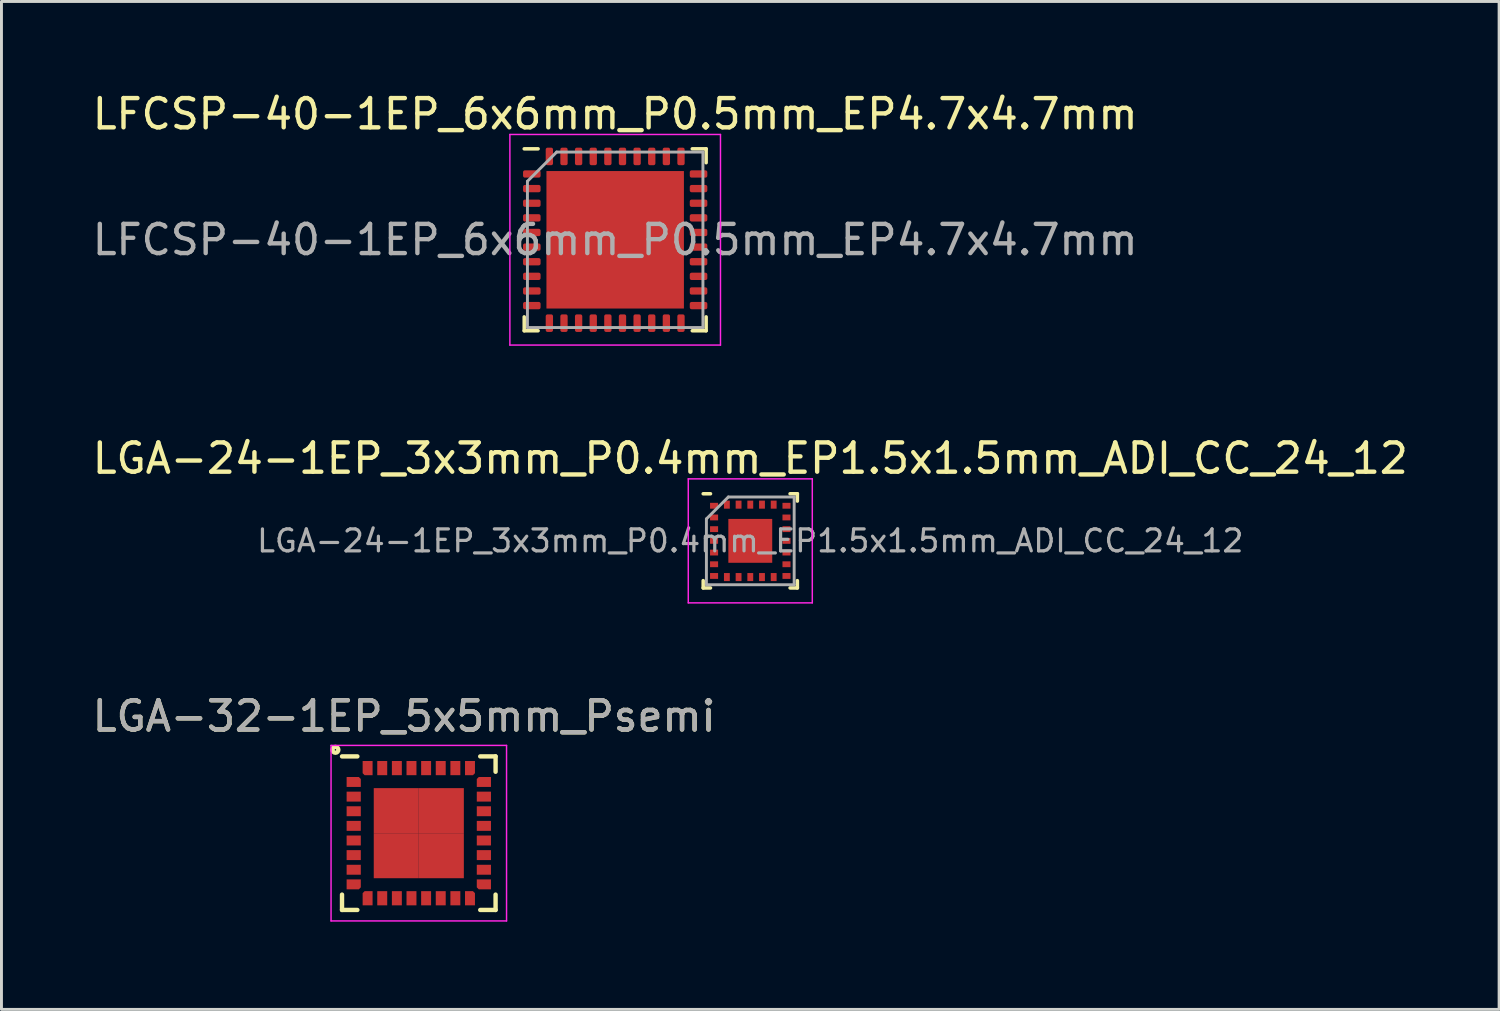
<source format=kicad_pcb>
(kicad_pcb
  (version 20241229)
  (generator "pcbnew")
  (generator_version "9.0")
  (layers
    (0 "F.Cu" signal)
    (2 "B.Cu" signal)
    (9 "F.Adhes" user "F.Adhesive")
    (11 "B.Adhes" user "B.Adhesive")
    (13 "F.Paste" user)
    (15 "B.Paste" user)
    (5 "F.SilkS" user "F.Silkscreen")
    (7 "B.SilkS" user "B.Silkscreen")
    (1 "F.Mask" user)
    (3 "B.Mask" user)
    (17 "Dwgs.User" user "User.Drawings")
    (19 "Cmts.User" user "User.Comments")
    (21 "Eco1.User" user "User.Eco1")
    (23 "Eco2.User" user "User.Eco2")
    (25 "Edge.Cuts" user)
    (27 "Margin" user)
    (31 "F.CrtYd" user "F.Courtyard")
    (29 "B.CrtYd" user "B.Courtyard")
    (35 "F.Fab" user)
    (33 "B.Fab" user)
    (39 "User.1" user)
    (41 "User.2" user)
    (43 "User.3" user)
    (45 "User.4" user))
  (footprint "LGA-32-1EP_5x5mm_Psemi"
    (layer "F.Cu")
    (at 11.268 25.435)
    (property "Reference" "LGA-32-1EP_5x5mm_Psemi" (at -0.5 -4 0) (unlocked yes) (layer "F.SilkS") (effects (font (size 1 1) (thickness 0.15))))
    (fp_line (start -2.625 -2.625) (end -2.1 -2.625) (stroke (width 0.15) (type solid)) (layer "F.SilkS"))
    (fp_line (start -2.625 2.625) (end -2.625 2.1) (stroke (width 0.15) (type solid)) (layer "F.SilkS"))
    (fp_line (start -2.625 2.625) (end -2.1 2.625) (stroke (width 0.15) (type solid)) (layer "F.SilkS"))
    (fp_line (start 2.625 -2.625) (end 2.1 -2.625) (stroke (width 0.15) (type solid)) (layer "F.SilkS"))
    (fp_line (start 2.625 -2.625) (end 2.625 -2.1) (stroke (width 0.15) (type solid)) (layer "F.SilkS"))
    (fp_line (start 2.625 2.625) (end 2.1 2.625) (stroke (width 0.15) (type solid)) (layer "F.SilkS"))
    (fp_line (start 2.625 2.625) (end 2.625 2.1) (stroke (width 0.15) (type solid)) (layer "F.SilkS"))
    (fp_circle (center -2.85 -2.85) (end -2.95 -2.85) (stroke (width 0.15) (type solid)) (fill no) (layer "F.SilkS"))
    (fp_line (start -3 -3) (end -3 3) (stroke (width 0.05) (type solid)) (layer "F.CrtYd"))
    (fp_line (start -3 -3) (end 3 -3) (stroke (width 0.05) (type solid)) (layer "F.CrtYd"))
    (fp_line (start -3 3) (end 3 3) (stroke (width 0.05) (type solid)) (layer "F.CrtYd"))
    (fp_line (start 3 -3) (end 3 3) (stroke (width 0.05) (type solid)) (layer "F.CrtYd"))
    (fp_text user "${REFERENCE}" (at -0.5 -4 0) (unlocked yes) (layer "F.Fab") (effects (font (size 1 1) (thickness 0.15))))
    (pad "1" smd roundrect (at -2.225 -1.75) (size 0.485 0.34) (layers "F.Cu" "F.Mask" "F.Paste") (roundrect_rratio 0) (chamfer_ratio 0.2) (chamfer top_right))
    (pad "2" smd rect (at -2.225 -1.25) (size 0.485 0.34) (layers "F.Cu" "F.Mask" "F.Paste"))
    (pad "3" smd rect (at -2.225 -0.75) (size 0.485 0.34) (layers "F.Cu" "F.Mask" "F.Paste"))
    (pad "4" smd rect (at -2.225 -0.25) (size 0.485 0.34) (layers "F.Cu" "F.Mask" "F.Paste"))
    (pad "5" smd rect (at -2.225 0.25) (size 0.485 0.34) (layers "F.Cu" "F.Mask" "F.Paste"))
    (pad "6" smd rect (at -2.225 0.75) (size 0.485 0.34) (layers "F.Cu" "F.Mask" "F.Paste"))
    (pad "7" smd rect (at -2.225 1.25) (size 0.485 0.34) (layers "F.Cu" "F.Mask" "F.Paste"))
    (pad "8" smd roundrect (at -2.225 1.75) (size 0.485 0.34) (layers "F.Cu" "F.Mask" "F.Paste") (roundrect_rratio 0) (chamfer_ratio 0.2) (chamfer bottom_right))
    (pad "9" smd roundrect (at -1.75 2.225 90) (size 0.485 0.34) (layers "F.Cu" "F.Mask" "F.Paste") (roundrect_rratio 0) (chamfer_ratio 0.2) (chamfer top_right))
    (pad "10" smd rect (at -1.25 2.225 90) (size 0.485 0.34) (layers "F.Cu" "F.Mask" "F.Paste"))
    (pad "11" smd rect (at -0.75 2.225 90) (size 0.485 0.34) (layers "F.Cu" "F.Mask" "F.Paste"))
    (pad "12" smd rect (at -0.25 2.225 90) (size 0.485 0.34) (layers "F.Cu" "F.Mask" "F.Paste"))
    (pad "13" smd rect (at 0.25 2.225 90) (size 0.485 0.34) (layers "F.Cu" "F.Mask" "F.Paste"))
    (pad "14" smd rect (at 0.75 2.225 90) (size 0.485 0.34) (layers "F.Cu" "F.Mask" "F.Paste"))
    (pad "15" smd rect (at 1.25 2.225 90) (size 0.485 0.34) (layers "F.Cu" "F.Mask" "F.Paste"))
    (pad "16" smd roundrect (at 1.75 2.225 90) (size 0.485 0.34) (layers "F.Cu" "F.Mask" "F.Paste") (roundrect_rratio 0) (chamfer_ratio 0.2) (chamfer bottom_right))
    (pad "17" smd roundrect (at 2.225 1.75) (size 0.485 0.34) (layers "F.Cu" "F.Mask" "F.Paste") (roundrect_rratio 0) (chamfer_ratio 0.2) (chamfer bottom_left))
    (pad "18" smd rect (at 2.225 1.25) (size 0.485 0.34) (layers "F.Cu" "F.Mask" "F.Paste"))
    (pad "19" smd rect (at 2.225 0.75) (size 0.485 0.34) (layers "F.Cu" "F.Mask" "F.Paste"))
    (pad "20" smd rect (at 2.225 0.25) (size 0.485 0.34) (layers "F.Cu" "F.Mask" "F.Paste"))
    (pad "21" smd rect (at 2.225 -0.25) (size 0.485 0.34) (layers "F.Cu" "F.Mask" "F.Paste"))
    (pad "22" smd rect (at 2.225 -0.75) (size 0.485 0.34) (layers "F.Cu" "F.Mask" "F.Paste"))
    (pad "23" smd rect (at 2.225 -1.25) (size 0.485 0.34) (layers "F.Cu" "F.Mask" "F.Paste"))
    (pad "24" smd roundrect (at 2.225 -1.75) (size 0.485 0.34) (layers "F.Cu" "F.Mask" "F.Paste") (roundrect_rratio 0) (chamfer_ratio 0.2) (chamfer top_left))
    (pad "25" smd roundrect (at 1.75 -2.225 90) (size 0.485 0.34) (layers "F.Cu" "F.Mask" "F.Paste") (roundrect_rratio 0) (chamfer_ratio 0.2) (chamfer bottom_left))
    (pad "26" smd rect (at 1.25 -2.225 90) (size 0.485 0.34) (layers "F.Cu" "F.Mask" "F.Paste"))
    (pad "27" smd rect (at 0.75 -2.225 90) (size 0.485 0.34) (layers "F.Cu" "F.Mask" "F.Paste"))
    (pad "28" smd rect (at 0.25 -2.225 90) (size 0.485 0.34) (layers "F.Cu" "F.Mask" "F.Paste"))
    (pad "29" smd rect (at -0.25 -2.225 90) (size 0.485 0.34) (layers "F.Cu" "F.Mask" "F.Paste"))
    (pad "30" smd rect (at -0.75 -2.225 90) (size 0.485 0.34) (layers "F.Cu" "F.Mask" "F.Paste"))
    (pad "31" smd rect (at -1.25 -2.225 90) (size 0.485 0.34) (layers "F.Cu" "F.Mask" "F.Paste"))
    (pad "32" smd roundrect (at -1.75 -2.225 90) (size 0.485 0.34) (layers "F.Cu" "F.Mask" "F.Paste") (roundrect_rratio 0) (chamfer_ratio 0.2) (chamfer top_left))
    (pad "33" smd rect (at -0.77 -0.77) (size 1.54 1.54) (layers "F.Cu" "F.Mask" "F.Paste"))
    (pad "33" smd rect (at -0.77 0.77) (size 1.54 1.54) (layers "F.Cu" "F.Mask" "F.Paste"))
    (pad "33" smd rect (at 0.77 -0.77) (size 1.54 1.54) (layers "F.Cu" "F.Mask" "F.Paste"))
    (pad "33" smd rect (at 0.77 0.77) (size 1.54 1.54) (layers "F.Cu" "F.Mask" "F.Paste")))
  (footprint "LFCSP-40-1EP_6x6mm_P0.5mm_EP4.7x4.7mm"
    (layer "F.Cu")
    (at 17.982 5.148)
    (property "Reference" "LFCSP-40-1EP_6x6mm_P0.5mm_EP4.7x4.7mm" (at 0 -4.3 0) (layer "F.SilkS") (effects (font (size 1 1) (thickness 0.15))))
    (attr smd)
    (fp_line (start -3.11 3.11) (end -3.11 2.635) (stroke (width 0.12) (type solid)) (layer "F.SilkS"))
    (fp_line (start -2.635 -3.11) (end -3.11 -3.11) (stroke (width 0.12) (type solid)) (layer "F.SilkS"))
    (fp_line (start -2.635 3.11) (end -3.11 3.11) (stroke (width 0.12) (type solid)) (layer "F.SilkS"))
    (fp_line (start 2.635 -3.11) (end 3.11 -3.11) (stroke (width 0.12) (type solid)) (layer "F.SilkS"))
    (fp_line (start 2.635 3.11) (end 3.11 3.11) (stroke (width 0.12) (type solid)) (layer "F.SilkS"))
    (fp_line (start 3.11 -3.11) (end 3.11 -2.635) (stroke (width 0.12) (type solid)) (layer "F.SilkS"))
    (fp_line (start 3.11 3.11) (end 3.11 2.635) (stroke (width 0.12) (type solid)) (layer "F.SilkS"))
    (fp_line (start -3.6 -3.6) (end -3.6 3.6) (stroke (width 0.05) (type solid)) (layer "F.CrtYd"))
    (fp_line (start -3.6 3.6) (end 3.6 3.6) (stroke (width 0.05) (type solid)) (layer "F.CrtYd"))
    (fp_line (start 3.6 -3.6) (end -3.6 -3.6) (stroke (width 0.05) (type solid)) (layer "F.CrtYd"))
    (fp_line (start 3.6 3.6) (end 3.6 -3.6) (stroke (width 0.05) (type solid)) (layer "F.CrtYd"))
    (fp_line (start -3 -2) (end -2 -3) (stroke (width 0.1) (type solid)) (layer "F.Fab"))
    (fp_line (start -3 3) (end -3 -2) (stroke (width 0.1) (type solid)) (layer "F.Fab"))
    (fp_line (start -2 -3) (end 3 -3) (stroke (width 0.1) (type solid)) (layer "F.Fab"))
    (fp_line (start 3 -3) (end 3 3) (stroke (width 0.1) (type solid)) (layer "F.Fab"))
    (fp_line (start 3 3) (end -3 3) (stroke (width 0.1) (type solid)) (layer "F.Fab"))
    (fp_text user "${REFERENCE}" (at 0 0 0) (layer "F.Fab") (effects (font (size 1 1) (thickness 0.15))))
    (pad "" smd roundrect (at -1.725 -1.725) (size 1.045 1.045) (layers "F.Paste") (roundrect_rratio 0.25))
    (pad "" smd roundrect (at -1.725 -0.575) (size 1.045 0.93) (layers "F.Paste") (roundrect_rratio 0.25))
    (pad "" smd roundrect (at -1.725 0.575) (size 1.045 0.94) (layers "F.Paste") (roundrect_rratio 0.25))
    (pad "" smd roundrect (at -1.725 1.725) (size 1.045 1.045) (layers "F.Paste") (roundrect_rratio 0.25))
    (pad "" smd roundrect (at -0.575 -1.725) (size 0.93 1.045) (layers "F.Paste") (roundrect_rratio 0.25))
    (pad "" smd roundrect (at -0.575 -0.575) (size 0.93 0.93) (layers "F.Paste") (roundrect_rratio 0.25))
    (pad "" smd roundrect (at -0.575 0.575) (size 0.93 0.93) (layers "F.Paste") (roundrect_rratio 0.25))
    (pad "" smd roundrect (at -0.575 1.725) (size 0.93 1.045) (layers "F.Paste") (roundrect_rratio 0.25))
    (pad "" smd roundrect (at 0.575 -1.725) (size 0.93 1.045) (layers "F.Paste") (roundrect_rratio 0.25))
    (pad "" smd roundrect (at 0.575 -0.575) (size 0.93 0.93) (layers "F.Paste") (roundrect_rratio 0.25))
    (pad "" smd roundrect (at 0.575 0.575) (size 0.93 0.93) (layers "F.Paste") (roundrect_rratio 0.25))
    (pad "" smd roundrect (at 0.575 1.725) (size 0.93 1.045) (layers "F.Paste") (roundrect_rratio 0.25))
    (pad "" smd roundrect (at 1.725 -1.725) (size 1.045 1.045) (layers "F.Paste") (roundrect_rratio 0.25))
    (pad "" smd roundrect (at 1.725 -0.575) (size 1.045 0.93) (layers "F.Paste") (roundrect_rratio 0.25))
    (pad "" smd roundrect (at 1.725 0.575) (size 1.045 0.93) (layers "F.Paste") (roundrect_rratio 0.25))
    (pad "" smd roundrect (at 1.725 1.725) (size 1.045 1.045) (layers "F.Paste") (roundrect_rratio 0.25))
    (pad "1" smd roundrect (at -2.85 -2.25) (size 0.6 0.25) (layers "F.Cu" "F.Mask" "F.Paste") (roundrect_rratio 0.25))
    (pad "2" smd roundrect (at -2.85 -1.75) (size 0.6 0.25) (layers "F.Cu" "F.Mask" "F.Paste") (roundrect_rratio 0.25))
    (pad "3" smd roundrect (at -2.85 -1.25) (size 0.6 0.25) (layers "F.Cu" "F.Mask" "F.Paste") (roundrect_rratio 0.25))
    (pad "4" smd roundrect (at -2.85 -0.75) (size 0.6 0.25) (layers "F.Cu" "F.Mask" "F.Paste") (roundrect_rratio 0.25))
    (pad "5" smd roundrect (at -2.85 -0.25) (size 0.6 0.25) (layers "F.Cu" "F.Mask" "F.Paste") (roundrect_rratio 0.25))
    (pad "6" smd roundrect (at -2.85 0.25) (size 0.6 0.25) (layers "F.Cu" "F.Mask" "F.Paste") (roundrect_rratio 0.25))
    (pad "7" smd roundrect (at -2.85 0.75) (size 0.6 0.25) (layers "F.Cu" "F.Mask" "F.Paste") (roundrect_rratio 0.25))
    (pad "8" smd roundrect (at -2.85 1.25) (size 0.6 0.25) (layers "F.Cu" "F.Mask" "F.Paste") (roundrect_rratio 0.25))
    (pad "9" smd roundrect (at -2.85 1.75) (size 0.6 0.25) (layers "F.Cu" "F.Mask" "F.Paste") (roundrect_rratio 0.25))
    (pad "10" smd roundrect (at -2.85 2.25) (size 0.6 0.25) (layers "F.Cu" "F.Mask" "F.Paste") (roundrect_rratio 0.25))
    (pad "11" smd roundrect (at -2.25 2.85 90) (size 0.6 0.25) (layers "F.Cu" "F.Mask" "F.Paste") (roundrect_rratio 0.25))
    (pad "12" smd roundrect (at -1.75 2.85 90) (size 0.6 0.25) (layers "F.Cu" "F.Mask" "F.Paste") (roundrect_rratio 0.25))
    (pad "13" smd roundrect (at -1.25 2.85 90) (size 0.6 0.25) (layers "F.Cu" "F.Mask" "F.Paste") (roundrect_rratio 0.25))
    (pad "14" smd roundrect (at -0.75 2.85 90) (size 0.6 0.25) (layers "F.Cu" "F.Mask" "F.Paste") (roundrect_rratio 0.25))
    (pad "15" smd roundrect (at -0.25 2.85 90) (size 0.6 0.25) (layers "F.Cu" "F.Mask" "F.Paste") (roundrect_rratio 0.25))
    (pad "16" smd roundrect (at 0.25 2.85 90) (size 0.6 0.25) (layers "F.Cu" "F.Mask" "F.Paste") (roundrect_rratio 0.25))
    (pad "17" smd roundrect (at 0.75 2.85 90) (size 0.6 0.25) (layers "F.Cu" "F.Mask" "F.Paste") (roundrect_rratio 0.25))
    (pad "18" smd roundrect (at 1.25 2.85 90) (size 0.6 0.25) (layers "F.Cu" "F.Mask" "F.Paste") (roundrect_rratio 0.25))
    (pad "19" smd roundrect (at 1.75 2.85 90) (size 0.6 0.25) (layers "F.Cu" "F.Mask" "F.Paste") (roundrect_rratio 0.25))
    (pad "20" smd roundrect (at 2.25 2.85 90) (size 0.6 0.25) (layers "F.Cu" "F.Mask" "F.Paste") (roundrect_rratio 0.25))
    (pad "21" smd roundrect (at 2.85 2.25) (size 0.6 0.25) (layers "F.Cu" "F.Mask" "F.Paste") (roundrect_rratio 0.25))
    (pad "22" smd roundrect (at 2.85 1.75) (size 0.6 0.25) (layers "F.Cu" "F.Mask" "F.Paste") (roundrect_rratio 0.25))
    (pad "23" smd roundrect (at 2.85 1.25) (size 0.6 0.25) (layers "F.Cu" "F.Mask" "F.Paste") (roundrect_rratio 0.25))
    (pad "24" smd roundrect (at 2.85 0.75) (size 0.6 0.25) (layers "F.Cu" "F.Mask" "F.Paste") (roundrect_rratio 0.25))
    (pad "25" smd roundrect (at 2.85 0.25) (size 0.6 0.25) (layers "F.Cu" "F.Mask" "F.Paste") (roundrect_rratio 0.25))
    (pad "26" smd roundrect (at 2.85 -0.25) (size 0.6 0.25) (layers "F.Cu" "F.Mask" "F.Paste") (roundrect_rratio 0.25))
    (pad "27" smd roundrect (at 2.85 -0.75) (size 0.6 0.25) (layers "F.Cu" "F.Mask" "F.Paste") (roundrect_rratio 0.25))
    (pad "28" smd roundrect (at 2.85 -1.25) (size 0.6 0.25) (layers "F.Cu" "F.Mask" "F.Paste") (roundrect_rratio 0.25))
    (pad "29" smd roundrect (at 2.85 -1.75) (size 0.6 0.25) (layers "F.Cu" "F.Mask" "F.Paste") (roundrect_rratio 0.25))
    (pad "30" smd roundrect (at 2.85 -2.25) (size 0.6 0.25) (layers "F.Cu" "F.Mask" "F.Paste") (roundrect_rratio 0.25))
    (pad "31" smd roundrect (at 2.25 -2.85 90) (size 0.6 0.25) (layers "F.Cu" "F.Mask" "F.Paste") (roundrect_rratio 0.25))
    (pad "32" smd roundrect (at 1.75 -2.85 90) (size 0.6 0.25) (layers "F.Cu" "F.Mask" "F.Paste") (roundrect_rratio 0.25))
    (pad "33" smd roundrect (at 1.25 -2.85 90) (size 0.6 0.25) (layers "F.Cu" "F.Mask" "F.Paste") (roundrect_rratio 0.25))
    (pad "34" smd roundrect (at 0.75 -2.85 90) (size 0.6 0.25) (layers "F.Cu" "F.Mask" "F.Paste") (roundrect_rratio 0.25))
    (pad "35" smd roundrect (at 0.25 -2.85 90) (size 0.6 0.25) (layers "F.Cu" "F.Mask" "F.Paste") (roundrect_rratio 0.25))
    (pad "36" smd roundrect (at -0.25 -2.85 90) (size 0.6 0.25) (layers "F.Cu" "F.Mask" "F.Paste") (roundrect_rratio 0.25))
    (pad "37" smd roundrect (at -0.75 -2.85 90) (size 0.6 0.25) (layers "F.Cu" "F.Mask" "F.Paste") (roundrect_rratio 0.25))
    (pad "38" smd roundrect (at -1.25 -2.85 90) (size 0.6 0.25) (layers "F.Cu" "F.Mask" "F.Paste") (roundrect_rratio 0.25))
    (pad "39" smd roundrect (at -1.75 -2.85 90) (size 0.6 0.25) (layers "F.Cu" "F.Mask" "F.Paste") (roundrect_rratio 0.25))
    (pad "40" smd roundrect (at -2.25 -2.85 90) (size 0.6 0.25) (layers "F.Cu" "F.Mask" "F.Paste") (roundrect_rratio 0.25))
    (pad "41" smd rect (at 0 0) (size 4.7 4.7) (layers "F.Cu" "F.Mask")))
  (footprint "LGA-24-1EP_3x3mm_P0.4mm_EP1.5x1.5mm_ADI_CC_24_12"
    (layer "F.Cu")
    (at 22.601 15.441)
    (property "Reference" "LGA-24-1EP_3x3mm_P0.4mm_EP1.5x1.5mm_ADI_CC_24_12" (at 0 -2.82 0) (layer "F.SilkS") (effects (font (size 1 1) (thickness 0.15))))
    (attr smd)
    (fp_line (start -1.61 1.61) (end -1.61 1.36) (stroke (width 0.12) (type solid)) (layer "F.SilkS"))
    (fp_line (start -1.36 -1.61) (end -1.61 -1.61) (stroke (width 0.12) (type solid)) (layer "F.SilkS"))
    (fp_line (start -1.36 1.61) (end -1.61 1.61) (stroke (width 0.12) (type solid)) (layer "F.SilkS"))
    (fp_line (start 1.36 -1.61) (end 1.61 -1.61) (stroke (width 0.12) (type solid)) (layer "F.SilkS"))
    (fp_line (start 1.36 1.61) (end 1.61 1.61) (stroke (width 0.12) (type solid)) (layer "F.SilkS"))
    (fp_line (start 1.61 -1.61) (end 1.61 -1.36) (stroke (width 0.12) (type solid)) (layer "F.SilkS"))
    (fp_line (start 1.61 1.61) (end 1.61 1.36) (stroke (width 0.12) (type solid)) (layer "F.SilkS"))
    (fp_line (start -2.12 -2.12) (end -2.12 2.12) (stroke (width 0.05) (type solid)) (layer "F.CrtYd"))
    (fp_line (start -2.12 2.12) (end 2.12 2.12) (stroke (width 0.05) (type solid)) (layer "F.CrtYd"))
    (fp_line (start 2.12 -2.12) (end -2.12 -2.12) (stroke (width 0.05) (type solid)) (layer "F.CrtYd"))
    (fp_line (start 2.12 2.12) (end 2.12 -2.12) (stroke (width 0.05) (type solid)) (layer "F.CrtYd"))
    (fp_line (start -1.5 -0.75) (end -0.75 -1.5) (stroke (width 0.1) (type solid)) (layer "F.Fab"))
    (fp_line (start -1.5 1.5) (end -1.5 -0.75) (stroke (width 0.1) (type solid)) (layer "F.Fab"))
    (fp_line (start -0.75 -1.5) (end 1.5 -1.5) (stroke (width 0.1) (type solid)) (layer "F.Fab"))
    (fp_line (start 1.5 -1.5) (end 1.5 1.5) (stroke (width 0.1) (type solid)) (layer "F.Fab"))
    (fp_line (start 1.5 1.5) (end -1.5 1.5) (stroke (width 0.1) (type solid)) (layer "F.Fab"))
    (fp_text user "${REFERENCE}" (at 0 0 0) (layer "F.Fab") (effects (font (size 0.75 0.75) (thickness 0.11))))
    (pad "" smd roundrect (at -0.4 -0.4) (size 0.65 0.65) (layers "F.Paste") (roundrect_rratio 0.25))
    (pad "" smd roundrect (at -0.4 0.4) (size 0.65 0.65) (layers "F.Paste") (roundrect_rratio 0.25))
    (pad "" smd roundrect (at 0.4 -0.4) (size 0.65 0.65) (layers "F.Paste") (roundrect_rratio 0.25))
    (pad "" smd roundrect (at 0.4 0.4) (size 0.65 0.65) (layers "F.Paste") (roundrect_rratio 0.25))
    (pad "1" smd rect (at -1.238 -1.2) (size 0.275 0.2) (layers "F.Cu" "F.Mask" "F.Paste"))
    (pad "2" smd rect (at -1.238 -0.8) (size 0.275 0.2) (layers "F.Cu" "F.Mask" "F.Paste"))
    (pad "3" smd rect (at -1.238 -0.4) (size 0.275 0.2) (layers "F.Cu" "F.Mask" "F.Paste"))
    (pad "4" smd rect (at -1.238 0) (size 0.275 0.2) (layers "F.Cu" "F.Mask" "F.Paste"))
    (pad "5" smd rect (at -1.238 0.4) (size 0.275 0.2) (layers "F.Cu" "F.Mask" "F.Paste"))
    (pad "6" smd rect (at -1.238 0.8) (size 0.275 0.2) (layers "F.Cu" "F.Mask" "F.Paste"))
    (pad "7" smd rect (at -1.238 1.2 180) (size 0.275 0.2) (layers "F.Cu" "F.Mask" "F.Paste"))
    (pad "8" smd rect (at -0.8 1.238 90) (size 0.275 0.2) (layers "F.Cu" "F.Mask" "F.Paste"))
    (pad "9" smd rect (at -0.4 1.238 90) (size 0.275 0.2) (layers "F.Cu" "F.Mask" "F.Paste"))
    (pad "10" smd rect (at 0 1.238 90) (size 0.275 0.2) (layers "F.Cu" "F.Mask" "F.Paste"))
    (pad "11" smd rect (at 0.4 1.238 90) (size 0.275 0.2) (layers "F.Cu" "F.Mask" "F.Paste"))
    (pad "12" smd rect (at 0.8 1.238 90) (size 0.275 0.2) (layers "F.Cu" "F.Mask" "F.Paste"))
    (pad "13" smd rect (at 1.238 1.2) (size 0.275 0.2) (layers "F.Cu" "F.Mask" "F.Paste"))
    (pad "14" smd rect (at 1.238 0.8) (size 0.275 0.2) (layers "F.Cu" "F.Mask" "F.Paste"))
    (pad "15" smd rect (at 1.238 0.4) (size 0.275 0.2) (layers "F.Cu" "F.Mask" "F.Paste"))
    (pad "16" smd rect (at 1.238 0) (size 0.275 0.2) (layers "F.Cu" "F.Mask" "F.Paste"))
    (pad "17" smd rect (at 1.238 -0.4) (size 0.275 0.2) (layers "F.Cu" "F.Mask" "F.Paste"))
    (pad "18" smd rect (at 1.238 -0.8) (size 0.275 0.2) (layers "F.Cu" "F.Mask" "F.Paste"))
    (pad "19" smd rect (at 1.238 -1.2 180) (size 0.275 0.2) (layers "F.Cu" "F.Mask" "F.Paste"))
    (pad "20" smd rect (at 0.8 -1.238 90) (size 0.275 0.2) (layers "F.Cu" "F.Mask" "F.Paste"))
    (pad "21" smd rect (at 0.4 -1.238 90) (size 0.275 0.2) (layers "F.Cu" "F.Mask" "F.Paste"))
    (pad "22" smd rect (at 0 -1.238 90) (size 0.275 0.2) (layers "F.Cu" "F.Mask" "F.Paste"))
    (pad "23" smd rect (at -0.4 -1.238 90) (size 0.275 0.2) (layers "F.Cu" "F.Mask" "F.Paste"))
    (pad "24" smd rect (at -0.8 -1.238 90) (size 0.275 0.2) (layers "F.Cu" "F.Mask" "F.Paste"))
    (pad "25" smd rect (at 0 0) (size 1.5 1.5) (layers "F.Cu" "F.Mask")))
  (gr_rect
    (start -3 -3)
    (end 48.202 31.46)
    (stroke (width 0.1) (type default))
    (fill no)
    (layer "Edge.Cuts")))
</source>
